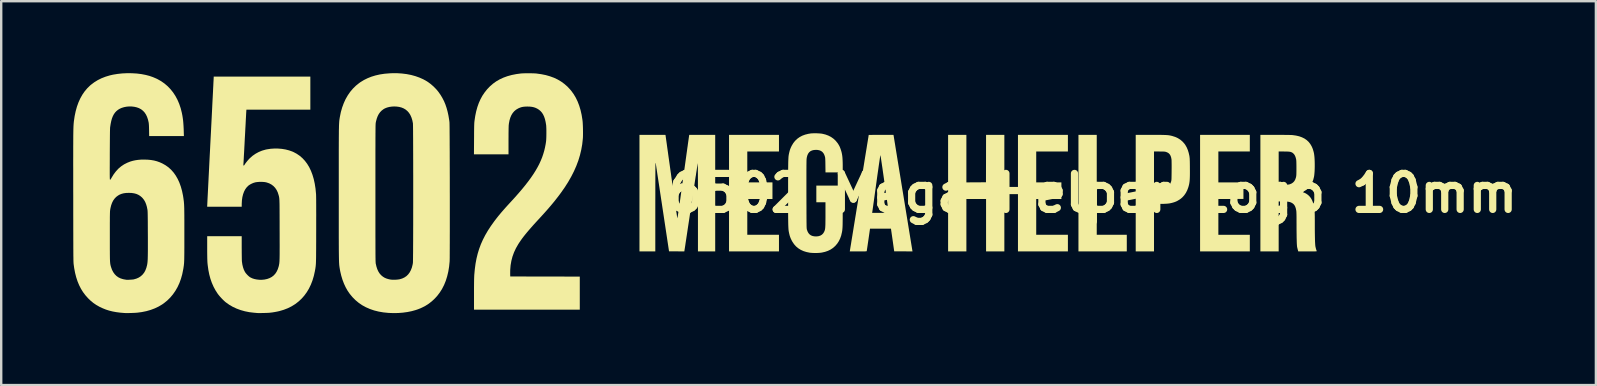
<source format=kicad_pcb>
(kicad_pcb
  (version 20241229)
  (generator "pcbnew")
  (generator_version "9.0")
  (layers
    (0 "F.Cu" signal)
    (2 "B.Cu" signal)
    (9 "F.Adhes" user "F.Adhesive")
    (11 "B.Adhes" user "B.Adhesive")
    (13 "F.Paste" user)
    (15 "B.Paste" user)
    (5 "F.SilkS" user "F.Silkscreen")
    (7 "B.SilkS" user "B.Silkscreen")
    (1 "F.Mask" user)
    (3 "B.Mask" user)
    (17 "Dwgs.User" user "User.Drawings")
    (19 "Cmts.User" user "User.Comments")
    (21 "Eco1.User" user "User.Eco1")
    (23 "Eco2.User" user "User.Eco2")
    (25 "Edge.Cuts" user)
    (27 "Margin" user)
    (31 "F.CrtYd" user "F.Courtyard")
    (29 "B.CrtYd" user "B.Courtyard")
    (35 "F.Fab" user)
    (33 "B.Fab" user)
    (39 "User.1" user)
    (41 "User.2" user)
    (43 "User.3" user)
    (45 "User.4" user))
  (footprint "6502 Mega Helper Logo 10mm"
    (layer "F.Cu")
    (at 42.474 4.998)
    (property "Reference" "6502 Mega Helper Logo 10mm" (at 0 0 0) (layer "F.SilkS") (effects (font (size 1.5 1.5) (thickness 0.3))))
    (attr board_only exclude_from_pos_files exclude_from_bom)
    (fp_poly (pts (xy 0.178 -0.347) (xy 0.178 1.735) (xy 0.804 1.735) (xy 1.43 1.735) (xy 1.43 2.081) (xy 1.43 2.428) (xy 0.423 2.428) (xy -0.584 2.428) (xy -0.584 0) (xy -0.584 -2.428) (xy -0.203 -2.428) (xy 0.178 -2.428)) (stroke (width 0) (type solid)) (fill yes) (layer "F.SilkS"))
    (fp_poly (pts (xy -13.064 -2.081) (xy -13.064 -1.735) (xy -13.724 -1.735) (xy -14.384 -1.735) (xy -14.384 -1.091) (xy -14.384 -0.448) (xy -13.859 -0.448) (xy -13.335 -0.448) (xy -13.335 -0.102) (xy -13.335 0.245) (xy -13.859 0.245) (xy -14.384 0.245) (xy -14.384 0.99) (xy -14.384 1.735) (xy -13.724 1.735) (xy -13.064 1.735) (xy -13.064 2.081) (xy -13.064 2.428) (xy -14.105 2.428) (xy -15.145 2.428) (xy -15.145 0) (xy -15.145 -2.428) (xy -14.105 -2.428) (xy -13.064 -2.428)) (stroke (width 0) (type solid)) (fill yes) (layer "F.SilkS"))
    (fp_poly (pts (xy -5.254 -1.438) (xy -5.254 -0.448) (xy -4.846 -0.45) (xy -4.438 -0.453) (xy -4.436 -1.44) (xy -4.434 -2.428) (xy -4.053 -2.428) (xy -3.672 -2.428) (xy -3.672 0) (xy -3.672 2.428) (xy -4.053 2.428) (xy -4.434 2.428) (xy -4.434 1.337) (xy -4.434 0.245) (xy -4.844 0.245) (xy -5.254 0.245) (xy -5.254 1.337) (xy -5.254 2.428) (xy -5.635 2.428) (xy -6.016 2.428) (xy -6.016 0) (xy -6.016 -2.428) (xy -5.635 -2.428) (xy -5.254 -2.428)) (stroke (width 0) (type solid)) (fill yes) (layer "F.SilkS"))
    (fp_poly (pts (xy -1.024 -2.081) (xy -1.024 -1.735) (xy -1.684 -1.735) (xy -2.344 -1.735) (xy -2.344 -1.091) (xy -2.344 -0.448) (xy -1.819 -0.448) (xy -1.295 -0.448) (xy -1.295 -0.102) (xy -1.295 0.245) (xy -1.819 0.245) (xy -2.344 0.245) (xy -2.344 0.99) (xy -2.344 1.735) (xy -1.684 1.735) (xy -1.024 1.735) (xy -1.024 2.081) (xy -1.024 2.428) (xy -2.064 2.428) (xy -3.105 2.428) (xy -3.105 0) (xy -3.105 -2.428) (xy -2.064 -2.428) (xy -1.024 -2.428)) (stroke (width 0) (type solid)) (fill yes) (layer "F.SilkS"))
    (fp_poly (pts (xy 6.557 -2.081) (xy 6.557 -1.735) (xy 5.902 -1.735) (xy 5.246 -1.735) (xy 5.246 -1.091) (xy 5.246 -0.448) (xy 5.768 -0.448) (xy 6.291 -0.448) (xy 6.291 -0.104) (xy 6.291 0.241) (xy 5.768 0.243) (xy 5.246 0.245) (xy 5.246 0.99) (xy 5.246 1.735) (xy 5.902 1.735) (xy 6.557 1.735) (xy 6.557 2.081) (xy 6.557 2.428) (xy 5.521 2.428) (xy 4.484 2.428) (xy 4.484 0) (xy 4.484 -2.428) (xy 5.521 -2.428) (xy 6.557 -2.428)) (stroke (width 0) (type solid)) (fill yes) (layer "F.SilkS"))
    (fp_poly (pts (xy 2.552 -2.428) (xy 2.664 -2.428) (xy 2.762 -2.428) (xy 2.848 -2.427) (xy 2.922 -2.426) (xy 2.985 -2.424) (xy 3.04 -2.422) (xy 3.088 -2.42) (xy 3.129 -2.417) (xy 3.166 -2.413) (xy 3.2 -2.408) (xy 3.231 -2.403) (xy 3.262 -2.396) (xy 3.294 -2.389) (xy 3.318 -2.383) (xy 3.444 -2.343) (xy 3.557 -2.292) (xy 3.66 -2.227) (xy 3.75 -2.151) (xy 3.83 -2.062) (xy 3.873 -2.001) (xy 3.927 -1.906) (xy 3.973 -1.797) (xy 4.01 -1.678) (xy 4.038 -1.554) (xy 4.042 -1.528) (xy 4.045 -1.503) (xy 4.048 -1.477) (xy 4.051 -1.448) (xy 4.053 -1.414) (xy 4.054 -1.374) (xy 4.056 -1.325) (xy 4.057 -1.265) (xy 4.058 -1.193) (xy 4.059 -1.108) (xy 4.059 -1.049) (xy 4.06 -0.93) (xy 4.06 -0.826) (xy 4.059 -0.736) (xy 4.057 -0.657) (xy 4.054 -0.587) (xy 4.05 -0.526) (xy 4.044 -0.471) (xy 4.037 -0.421) (xy 4.028 -0.373) (xy 4.017 -0.326) (xy 4.004 -0.278) (xy 3.993 -0.241) (xy 3.947 -0.117) (xy 3.889 -0.005) (xy 3.819 0.095) (xy 3.738 0.183) (xy 3.645 0.258) (xy 3.541 0.321) (xy 3.427 0.371) (xy 3.389 0.384) (xy 3.33 0.401) (xy 3.273 0.415) (xy 3.214 0.427) (xy 3.151 0.435) (xy 3.081 0.441) (xy 3.002 0.445) (xy 2.911 0.448) (xy 2.806 0.448) (xy 2.803 0.448) (xy 2.564 0.448) (xy 2.564 1.438) (xy 2.564 2.428) (xy 2.183 2.428) (xy 1.802 2.428) (xy 1.802 0) (xy 1.802 -0.99) (xy 2.564 -0.99) (xy 2.564 -0.245) (xy 2.786 -0.245) (xy 2.865 -0.246) (xy 2.93 -0.247) (xy 2.98 -0.249) (xy 3.017 -0.252) (xy 3.043 -0.255) (xy 3.05 -0.257) (xy 3.117 -0.281) (xy 3.171 -0.314) (xy 3.215 -0.358) (xy 3.25 -0.415) (xy 3.277 -0.486) (xy 3.28 -0.495) (xy 3.284 -0.509) (xy 3.286 -0.524) (xy 3.289 -0.544) (xy 3.291 -0.569) (xy 3.293 -0.601) (xy 3.294 -0.642) (xy 3.295 -0.693) (xy 3.296 -0.756) (xy 3.297 -0.832) (xy 3.298 -0.923) (xy 3.298 -0.952) (xy 3.299 -1.064) (xy 3.299 -1.16) (xy 3.298 -1.24) (xy 3.297 -1.306) (xy 3.296 -1.357) (xy 3.294 -1.395) (xy 3.291 -1.42) (xy 3.291 -1.42) (xy 3.274 -1.502) (xy 3.248 -1.569) (xy 3.214 -1.623) (xy 3.17 -1.666) (xy 3.115 -1.698) (xy 3.062 -1.718) (xy 3.043 -1.723) (xy 3.024 -1.727) (xy 3.001 -1.73) (xy 2.973 -1.732) (xy 2.937 -1.733) (xy 2.89 -1.734) (xy 2.831 -1.734) (xy 2.785 -1.735) (xy 2.564 -1.735) (xy 2.564 -0.99) (xy 1.802 -0.99) (xy 1.802 -2.428) (xy 2.424 -2.428)) (stroke (width 0) (type solid)) (fill yes) (layer "F.SilkS"))
    (fp_poly (pts (xy -8.542 -2.428) (xy -8.475 -2.428) (xy -8.415 -2.428) (xy -8.365 -2.428) (xy -8.327 -2.427) (xy -8.302 -2.427) (xy -8.291 -2.426) (xy -8.291 -2.426) (xy -8.29 -2.418) (xy -8.286 -2.393) (xy -8.279 -2.353) (xy -8.27 -2.299) (xy -8.259 -2.23) (xy -8.246 -2.148) (xy -8.23 -2.053) (xy -8.213 -1.946) (xy -8.194 -1.828) (xy -8.173 -1.699) (xy -8.15 -1.559) (xy -8.126 -1.411) (xy -8.1 -1.253) (xy -8.073 -1.087) (xy -8.045 -0.914) (xy -8.015 -0.734) (xy -7.985 -0.548) (xy -7.954 -0.356) (xy -7.922 -0.159) (xy -7.895 0.002) (xy -7.5 2.428) (xy -7.881 2.426) (xy -8.262 2.424) (xy -8.329 1.952) (xy -8.397 1.481) (xy -8.833 1.481) (xy -9.27 1.481) (xy -9.336 1.94) (xy -9.349 2.026) (xy -9.361 2.108) (xy -9.372 2.183) (xy -9.382 2.251) (xy -9.391 2.309) (xy -9.398 2.355) (xy -9.403 2.389) (xy -9.406 2.409) (xy -9.407 2.414) (xy -9.409 2.417) (xy -9.413 2.42) (xy -9.422 2.423) (xy -9.436 2.424) (xy -9.458 2.426) (xy -9.488 2.427) (xy -9.529 2.428) (xy -9.582 2.428) (xy -9.647 2.428) (xy -9.728 2.428) (xy -9.762 2.428) (xy -10.113 2.428) (xy -10.108 2.397) (xy -10.106 2.386) (xy -10.102 2.359) (xy -10.095 2.316) (xy -10.086 2.259) (xy -10.074 2.188) (xy -10.06 2.104) (xy -10.045 2.007) (xy -10.027 1.898) (xy -10.007 1.778) (xy -9.986 1.647) (xy -9.963 1.506) (xy -9.939 1.356) (xy -9.913 1.197) (xy -9.886 1.03) (xy -9.857 0.856) (xy -9.852 0.821) (xy -9.182 0.821) (xy -8.836 0.821) (xy -8.49 0.821) (xy -8.55 0.391) (xy -8.561 0.315) (xy -8.574 0.225) (xy -8.588 0.122) (xy -8.604 0.01) (xy -8.621 -0.111) (xy -8.639 -0.238) (xy -8.657 -0.367) (xy -8.676 -0.499) (xy -8.694 -0.629) (xy -8.712 -0.756) (xy -8.72 -0.81) (xy -8.737 -0.931) (xy -8.753 -1.044) (xy -8.769 -1.149) (xy -8.783 -1.246) (xy -8.796 -1.332) (xy -8.807 -1.407) (xy -8.817 -1.47) (xy -8.825 -1.52) (xy -8.832 -1.556) (xy -8.836 -1.577) (xy -8.838 -1.582) (xy -8.84 -1.574) (xy -8.844 -1.55) (xy -8.851 -1.51) (xy -8.859 -1.456) (xy -8.869 -1.389) (xy -8.881 -1.308) (xy -8.895 -1.215) (xy -8.91 -1.111) (xy -8.926 -0.996) (xy -8.944 -0.871) (xy -8.963 -0.738) (xy -8.983 -0.596) (xy -9.003 -0.446) (xy -9.01 -0.4) (xy -9.029 -0.26) (xy -9.048 -0.125) (xy -9.066 0.005) (xy -9.083 0.129) (xy -9.099 0.245) (xy -9.114 0.353) (xy -9.128 0.451) (xy -9.14 0.54) (xy -9.151 0.617) (xy -9.16 0.682) (xy -9.168 0.734) (xy -9.173 0.772) (xy -9.177 0.795) (xy -9.178 0.802) (xy -9.182 0.821) (xy -9.852 0.821) (xy -9.828 0.675) (xy -9.797 0.488) (xy -9.766 0.296) (xy -9.734 0.1) (xy -9.713 -0.028) (xy -9.681 -0.226) (xy -9.649 -0.421) (xy -9.619 -0.61) (xy -9.589 -0.794) (xy -9.56 -0.972) (xy -9.532 -1.142) (xy -9.506 -1.305) (xy -9.481 -1.459) (xy -9.457 -1.605) (xy -9.435 -1.741) (xy -9.414 -1.866) (xy -9.396 -1.981) (xy -9.379 -2.084) (xy -9.364 -2.174) (xy -9.352 -2.252) (xy -9.341 -2.316) (xy -9.333 -2.366) (xy -9.328 -2.401) (xy -9.325 -2.42) (xy -9.324 -2.424) (xy -9.316 -2.425) (xy -9.293 -2.425) (xy -9.256 -2.426) (xy -9.208 -2.426) (xy -9.149 -2.427) (xy -9.083 -2.427) (xy -9.011 -2.428) (xy -8.933 -2.428) (xy -8.854 -2.428) (xy -8.773 -2.428) (xy -8.693 -2.428) (xy -8.615 -2.428)) (stroke (width 0) (type solid)) (fill yes) (layer "F.SilkS"))
    (fp_poly (pts (xy -18.241 -2.428) (xy -18.152 -2.428) (xy -18.07 -2.428) (xy -17.996 -2.428) (xy -17.931 -2.428) (xy -17.877 -2.427) (xy -17.835 -2.427) (xy -17.807 -2.427) (xy -17.794 -2.426) (xy -17.793 -2.426) (xy -17.792 -2.418) (xy -17.788 -2.393) (xy -17.783 -2.354) (xy -17.775 -2.3) (xy -17.766 -2.232) (xy -17.754 -2.151) (xy -17.741 -2.059) (xy -17.727 -1.955) (xy -17.711 -1.841) (xy -17.693 -1.716) (xy -17.675 -1.583) (xy -17.655 -1.442) (xy -17.634 -1.293) (xy -17.612 -1.138) (xy -17.59 -0.977) (xy -17.566 -0.811) (xy -17.55 -0.69) (xy -17.526 -0.521) (xy -17.503 -0.356) (xy -17.48 -0.197) (xy -17.458 -0.043) (xy -17.438 0.103) (xy -17.418 0.242) (xy -17.399 0.373) (xy -17.382 0.494) (xy -17.365 0.606) (xy -17.351 0.707) (xy -17.338 0.796) (xy -17.326 0.873) (xy -17.317 0.937) (xy -17.309 0.987) (xy -17.303 1.022) (xy -17.299 1.042) (xy -17.298 1.046) (xy -17.296 1.039) (xy -17.291 1.015) (xy -17.284 0.976) (xy -17.275 0.922) (xy -17.265 0.854) (xy -17.253 0.772) (xy -17.239 0.678) (xy -17.224 0.573) (xy -17.207 0.455) (xy -17.19 0.332) (xy -17.174 0.222) (xy -17.157 0.098) (xy -17.138 -0.039) (xy -17.117 -0.185) (xy -17.096 -0.34) (xy -17.074 -0.499) (xy -17.051 -0.661) (xy -17.028 -0.824) (xy -17.006 -0.985) (xy -16.984 -1.142) (xy -16.963 -1.293) (xy -16.951 -1.379) (xy -16.933 -1.507) (xy -16.916 -1.631) (xy -16.899 -1.75) (xy -16.884 -1.862) (xy -16.869 -1.966) (xy -16.856 -2.062) (xy -16.844 -2.148) (xy -16.833 -2.223) (xy -16.824 -2.287) (xy -16.817 -2.337) (xy -16.812 -2.374) (xy -16.809 -2.395) (xy -16.808 -2.401) (xy -16.803 -2.428) (xy -16.262 -2.428) (xy -15.721 -2.428) (xy -15.721 0) (xy -15.721 2.428) (xy -16.08 2.428) (xy -16.44 2.428) (xy -16.44 0.586) (xy -16.44 0.4) (xy -16.44 0.219) (xy -16.44 0.047) (xy -16.44 -0.119) (xy -16.441 -0.275) (xy -16.441 -0.422) (xy -16.441 -0.56) (xy -16.442 -0.687) (xy -16.442 -0.802) (xy -16.443 -0.906) (xy -16.443 -0.998) (xy -16.444 -1.076) (xy -16.445 -1.14) (xy -16.445 -1.19) (xy -16.446 -1.225) (xy -16.447 -1.244) (xy -16.447 -1.248) (xy -16.449 -1.239) (xy -16.453 -1.214) (xy -16.46 -1.173) (xy -16.469 -1.119) (xy -16.48 -1.051) (xy -16.492 -0.969) (xy -16.507 -0.876) (xy -16.523 -0.772) (xy -16.541 -0.657) (xy -16.56 -0.532) (xy -16.58 -0.398) (xy -16.602 -0.256) (xy -16.625 -0.106) (xy -16.648 0.05) (xy -16.673 0.212) (xy -16.698 0.38) (xy -16.723 0.542) (xy -16.749 0.714) (xy -16.774 0.882) (xy -16.798 1.045) (xy -16.822 1.203) (xy -16.845 1.354) (xy -16.867 1.498) (xy -16.887 1.634) (xy -16.906 1.761) (xy -16.924 1.879) (xy -16.94 1.986) (xy -16.955 2.081) (xy -16.967 2.165) (xy -16.978 2.236) (xy -16.987 2.294) (xy -16.994 2.337) (xy -16.998 2.364) (xy -17 2.376) (xy -17.008 2.429) (xy -17.327 2.426) (xy -17.645 2.424) (xy -17.922 0.588) (xy -17.948 0.414) (xy -17.974 0.244) (xy -17.999 0.08) (xy -18.023 -0.078) (xy -18.045 -0.23) (xy -18.067 -0.374) (xy -18.088 -0.51) (xy -18.107 -0.637) (xy -18.125 -0.754) (xy -18.141 -0.861) (xy -18.155 -0.956) (xy -18.168 -1.04) (xy -18.178 -1.11) (xy -18.187 -1.167) (xy -18.193 -1.21) (xy -18.198 -1.238) (xy -18.199 -1.25) (xy -18.199 -1.25) (xy -18.206 -1.252) (xy -18.208 -1.252) (xy -18.209 -1.244) (xy -18.21 -1.218) (xy -18.211 -1.176) (xy -18.212 -1.117) (xy -18.213 -1.041) (xy -18.214 -0.949) (xy -18.214 -0.839) (xy -18.215 -0.713) (xy -18.215 -0.571) (xy -18.216 -0.411) (xy -18.216 -0.235) (xy -18.216 -0.043) (xy -18.216 0.166) (xy -18.217 0.392) (xy -18.217 0.588) (xy -18.217 2.428) (xy -18.547 2.428) (xy -18.877 2.428) (xy -18.877 0) (xy -18.877 -2.428) (xy -18.335 -2.428)) (stroke (width 0) (type solid)) (fill yes) (layer "F.SilkS"))
    (fp_poly (pts (xy 7.743 -2.428) (xy 7.855 -2.428) (xy 7.959 -2.427) (xy 8.053 -2.426) (xy 8.135 -2.425) (xy 8.206 -2.424) (xy 8.263 -2.423) (xy 8.306 -2.421) (xy 8.334 -2.42) (xy 8.335 -2.419) (xy 8.479 -2.399) (xy 8.61 -2.369) (xy 8.727 -2.327) (xy 8.833 -2.275) (xy 8.925 -2.212) (xy 9.006 -2.137) (xy 9.075 -2.05) (xy 9.133 -1.951) (xy 9.181 -1.84) (xy 9.217 -1.717) (xy 9.231 -1.653) (xy 9.241 -1.586) (xy 9.25 -1.505) (xy 9.256 -1.415) (xy 9.26 -1.316) (xy 9.262 -1.214) (xy 9.262 -1.11) (xy 9.26 -1.007) (xy 9.256 -0.91) (xy 9.249 -0.82) (xy 9.241 -0.741) (xy 9.231 -0.679) (xy 9.2 -0.556) (xy 9.157 -0.445) (xy 9.104 -0.345) (xy 9.041 -0.257) (xy 8.968 -0.181) (xy 8.886 -0.119) (xy 8.803 -0.075) (xy 8.781 -0.063) (xy 8.768 -0.052) (xy 8.766 -0.047) (xy 8.773 -0.038) (xy 8.792 -0.029) (xy 8.802 -0.026) (xy 8.859 -0.004) (xy 8.918 0.03) (xy 8.978 0.072) (xy 9.028 0.118) (xy 9.081 0.179) (xy 9.127 0.25) (xy 9.166 0.331) (xy 9.198 0.424) (xy 9.224 0.53) (xy 9.245 0.65) (xy 9.249 0.677) (xy 9.252 0.705) (xy 9.255 0.732) (xy 9.257 0.762) (xy 9.259 0.795) (xy 9.261 0.832) (xy 9.262 0.877) (xy 9.263 0.929) (xy 9.264 0.991) (xy 9.264 1.065) (xy 9.265 1.151) (xy 9.265 1.252) (xy 9.265 1.311) (xy 9.265 1.471) (xy 9.266 1.614) (xy 9.268 1.741) (xy 9.27 1.853) (xy 9.272 1.951) (xy 9.275 2.035) (xy 9.279 2.105) (xy 9.283 2.164) (xy 9.288 2.21) (xy 9.294 2.242) (xy 9.316 2.332) (xy 9.345 2.414) (xy 9.346 2.417) (xy 9.344 2.42) (xy 9.338 2.422) (xy 9.326 2.424) (xy 9.307 2.426) (xy 9.28 2.427) (xy 9.243 2.427) (xy 9.195 2.428) (xy 9.134 2.428) (xy 9.059 2.428) (xy 8.969 2.428) (xy 8.963 2.428) (xy 8.575 2.428) (xy 8.556 2.359) (xy 8.546 2.32) (xy 8.536 2.281) (xy 8.529 2.25) (xy 8.528 2.246) (xy 8.524 2.218) (xy 8.52 2.173) (xy 8.516 2.113) (xy 8.513 2.038) (xy 8.511 1.95) (xy 8.508 1.848) (xy 8.507 1.733) (xy 8.505 1.607) (xy 8.504 1.47) (xy 8.504 1.323) (xy 8.504 1.29) (xy 8.503 1.18) (xy 8.503 1.084) (xy 8.503 1.003) (xy 8.502 0.935) (xy 8.501 0.878) (xy 8.499 0.832) (xy 8.498 0.794) (xy 8.496 0.764) (xy 8.493 0.739) (xy 8.491 0.723) (xy 8.473 0.637) (xy 8.449 0.565) (xy 8.418 0.506) (xy 8.379 0.458) (xy 8.33 0.42) (xy 8.281 0.393) (xy 8.243 0.378) (xy 8.202 0.366) (xy 8.155 0.358) (xy 8.1 0.352) (xy 8.034 0.348) (xy 7.954 0.347) (xy 7.931 0.347) (xy 7.759 0.347) (xy 7.759 1.388) (xy 7.759 2.428) (xy 7.378 2.428) (xy 6.997 2.428) (xy 6.997 0) (xy 6.997 -1.04) (xy 7.759 -1.04) (xy 7.759 -0.345) (xy 7.964 -0.349) (xy 8.031 -0.35) (xy 8.083 -0.352) (xy 8.124 -0.354) (xy 8.155 -0.356) (xy 8.18 -0.36) (xy 8.201 -0.364) (xy 8.22 -0.37) (xy 8.224 -0.371) (xy 8.297 -0.401) (xy 8.357 -0.442) (xy 8.406 -0.493) (xy 8.445 -0.557) (xy 8.473 -0.634) (xy 8.484 -0.677) (xy 8.488 -0.698) (xy 8.491 -0.721) (xy 8.494 -0.747) (xy 8.496 -0.779) (xy 8.497 -0.818) (xy 8.498 -0.867) (xy 8.499 -0.927) (xy 8.499 -1) (xy 8.499 -1.049) (xy 8.499 -1.132) (xy 8.498 -1.201) (xy 8.497 -1.256) (xy 8.496 -1.301) (xy 8.494 -1.338) (xy 8.492 -1.368) (xy 8.489 -1.393) (xy 8.485 -1.417) (xy 8.483 -1.426) (xy 8.461 -1.507) (xy 8.43 -1.577) (xy 8.39 -1.634) (xy 8.342 -1.677) (xy 8.316 -1.693) (xy 8.29 -1.705) (xy 8.264 -1.715) (xy 8.234 -1.722) (xy 8.2 -1.727) (xy 8.159 -1.731) (xy 8.107 -1.733) (xy 8.043 -1.734) (xy 7.973 -1.735) (xy 7.759 -1.735) (xy 7.759 -1.04) (xy 6.997 -1.04) (xy 6.997 -2.428) (xy 7.622 -2.428)) (stroke (width 0) (type solid)) (fill yes) (layer "F.SilkS"))
    (fp_poly (pts (xy -23.416 -4.995) (xy -23.341 -4.993) (xy -23.272 -4.991) (xy -23.214 -4.988) (xy -23.175 -4.985) (xy -22.972 -4.957) (xy -22.782 -4.919) (xy -22.605 -4.868) (xy -22.438 -4.807) (xy -22.283 -4.733) (xy -22.138 -4.647) (xy -22.004 -4.549) (xy -21.878 -4.439) (xy -21.763 -4.315) (xy -21.724 -4.269) (xy -21.623 -4.131) (xy -21.533 -3.981) (xy -21.455 -3.82) (xy -21.388 -3.646) (xy -21.332 -3.46) (xy -21.287 -3.261) (xy -21.253 -3.049) (xy -21.25 -3.021) (xy -21.244 -2.966) (xy -21.24 -2.899) (xy -21.236 -2.821) (xy -21.233 -2.736) (xy -21.231 -2.647) (xy -21.23 -2.558) (xy -21.23 -2.472) (xy -21.231 -2.393) (xy -21.233 -2.323) (xy -21.237 -2.269) (xy -21.262 -2.038) (xy -21.302 -1.81) (xy -21.356 -1.584) (xy -21.424 -1.359) (xy -21.508 -1.136) (xy -21.606 -0.913) (xy -21.72 -0.689) (xy -21.849 -0.463) (xy -21.994 -0.236) (xy -22.142 -0.025) (xy -22.227 0.09) (xy -22.314 0.203) (xy -22.404 0.318) (xy -22.499 0.434) (xy -22.599 0.553) (xy -22.707 0.678) (xy -22.824 0.81) (xy -22.951 0.95) (xy -23.073 1.083) (xy -23.192 1.212) (xy -23.3 1.331) (xy -23.397 1.441) (xy -23.485 1.542) (xy -23.565 1.636) (xy -23.637 1.724) (xy -23.703 1.807) (xy -23.764 1.887) (xy -23.819 1.964) (xy -23.871 2.04) (xy -23.921 2.116) (xy -23.928 2.128) (xy -24.024 2.295) (xy -24.104 2.466) (xy -24.168 2.641) (xy -24.215 2.821) (xy -24.247 3.006) (xy -24.263 3.198) (xy -24.265 3.367) (xy -24.262 3.473) (xy -22.813 3.475) (xy -21.364 3.478) (xy -21.364 4.167) (xy -21.364 4.857) (xy -23.568 4.857) (xy -25.772 4.857) (xy -25.772 4.216) (xy -25.772 4.078) (xy -25.772 3.956) (xy -25.771 3.848) (xy -25.77 3.754) (xy -25.769 3.671) (xy -25.768 3.6) (xy -25.766 3.537) (xy -25.764 3.483) (xy -25.762 3.436) (xy -25.76 3.401) (xy -25.738 3.165) (xy -25.708 2.94) (xy -25.668 2.726) (xy -25.618 2.521) (xy -25.557 2.322) (xy -25.485 2.128) (xy -25.4 1.938) (xy -25.303 1.749) (xy -25.192 1.559) (xy -25.067 1.368) (xy -24.927 1.172) (xy -24.885 1.117) (xy -24.821 1.034) (xy -24.756 0.952) (xy -24.688 0.87) (xy -24.616 0.784) (xy -24.538 0.695) (xy -24.452 0.598) (xy -24.358 0.494) (xy -24.254 0.381) (xy -24.08 0.191) (xy -23.92 0.01) (xy -23.772 -0.163) (xy -23.637 -0.328) (xy -23.514 -0.487) (xy -23.401 -0.64) (xy -23.3 -0.788) (xy -23.208 -0.933) (xy -23.127 -1.074) (xy -23.054 -1.212) (xy -22.991 -1.35) (xy -22.935 -1.486) (xy -22.888 -1.623) (xy -22.847 -1.761) (xy -22.814 -1.9) (xy -22.786 -2.043) (xy -22.771 -2.141) (xy -22.766 -2.186) (xy -22.762 -2.245) (xy -22.759 -2.314) (xy -22.757 -2.39) (xy -22.756 -2.47) (xy -22.756 -2.55) (xy -22.756 -2.629) (xy -22.758 -2.701) (xy -22.761 -2.765) (xy -22.764 -2.817) (xy -22.767 -2.843) (xy -22.789 -2.972) (xy -22.816 -3.087) (xy -22.85 -3.187) (xy -22.891 -3.275) (xy -22.939 -3.351) (xy -22.996 -3.416) (xy -23.061 -3.472) (xy -23.129 -3.516) (xy -23.2 -3.551) (xy -23.274 -3.577) (xy -23.353 -3.595) (xy -23.442 -3.605) (xy -23.544 -3.608) (xy -23.551 -3.608) (xy -23.636 -3.606) (xy -23.709 -3.599) (xy -23.774 -3.588) (xy -23.834 -3.57) (xy -23.896 -3.546) (xy -23.935 -3.527) (xy -24.021 -3.476) (xy -24.096 -3.412) (xy -24.161 -3.336) (xy -24.215 -3.248) (xy -24.259 -3.146) (xy -24.293 -3.031) (xy -24.317 -2.903) (xy -24.325 -2.836) (xy -24.327 -2.81) (xy -24.328 -2.768) (xy -24.33 -2.713) (xy -24.331 -2.644) (xy -24.332 -2.564) (xy -24.333 -2.473) (xy -24.333 -2.374) (xy -24.334 -2.268) (xy -24.334 -2.182) (xy -24.334 -1.616) (xy -25.054 -1.616) (xy -25.774 -1.616) (xy -25.77 -2.253) (xy -25.769 -2.377) (xy -25.769 -2.485) (xy -25.768 -2.579) (xy -25.767 -2.661) (xy -25.766 -2.73) (xy -25.765 -2.79) (xy -25.763 -2.84) (xy -25.762 -2.883) (xy -25.76 -2.919) (xy -25.758 -2.951) (xy -25.755 -2.978) (xy -25.752 -3.004) (xy -25.752 -3.008) (xy -25.721 -3.215) (xy -25.681 -3.409) (xy -25.631 -3.59) (xy -25.571 -3.759) (xy -25.5 -3.917) (xy -25.419 -4.064) (xy -25.326 -4.201) (xy -25.223 -4.33) (xy -25.107 -4.451) (xy -24.983 -4.559) (xy -24.848 -4.656) (xy -24.703 -4.74) (xy -24.546 -4.813) (xy -24.378 -4.874) (xy -24.199 -4.923) (xy -24.007 -4.961) (xy -23.826 -4.985) (xy -23.78 -4.989) (xy -23.721 -4.992) (xy -23.651 -4.994) (xy -23.575 -4.995) (xy -23.496 -4.995)) (stroke (width 0) (type solid)) (fill yes) (layer "F.SilkS"))
    (fp_poly (pts (xy -11.469 -2.493) (xy -11.397 -2.489) (xy -11.332 -2.484) (xy -11.278 -2.478) (xy -11.266 -2.476) (xy -11.132 -2.444) (xy -11.009 -2.399) (xy -10.897 -2.342) (xy -10.796 -2.271) (xy -10.706 -2.188) (xy -10.627 -2.092) (xy -10.61 -2.069) (xy -10.571 -2.006) (xy -10.538 -1.945) (xy -10.51 -1.877) (xy -10.489 -1.817) (xy -10.468 -1.752) (xy -10.451 -1.687) (xy -10.437 -1.62) (xy -10.426 -1.548) (xy -10.418 -1.471) (xy -10.413 -1.384) (xy -10.409 -1.287) (xy -10.407 -1.176) (xy -10.407 -1.111) (xy -10.407 -0.863) (xy -10.766 -0.863) (xy -11.125 -0.863) (xy -11.129 -1.161) (xy -11.13 -1.246) (xy -11.131 -1.316) (xy -11.133 -1.373) (xy -11.135 -1.418) (xy -11.137 -1.453) (xy -11.14 -1.48) (xy -11.144 -1.501) (xy -11.146 -1.511) (xy -11.173 -1.594) (xy -11.209 -1.662) (xy -11.255 -1.716) (xy -11.31 -1.756) (xy -11.376 -1.784) (xy -11.453 -1.8) (xy -11.524 -1.803) (xy -11.61 -1.797) (xy -11.685 -1.779) (xy -11.75 -1.749) (xy -11.803 -1.706) (xy -11.846 -1.65) (xy -11.879 -1.58) (xy -11.902 -1.497) (xy -11.913 -1.426) (xy -11.914 -1.408) (xy -11.915 -1.379) (xy -11.917 -1.34) (xy -11.917 -1.289) (xy -11.918 -1.225) (xy -11.919 -1.15) (xy -11.919 -1.061) (xy -11.92 -0.958) (xy -11.92 -0.842) (xy -11.92 -0.712) (xy -11.92 -0.566) (xy -11.92 -0.406) (xy -11.92 -0.229) (xy -11.92 -0.036) (xy -11.92 0.059) (xy -11.919 0.24) (xy -11.919 0.405) (xy -11.918 0.555) (xy -11.918 0.69) (xy -11.918 0.811) (xy -11.917 0.919) (xy -11.917 1.016) (xy -11.916 1.1) (xy -11.916 1.174) (xy -11.915 1.238) (xy -11.914 1.293) (xy -11.914 1.34) (xy -11.913 1.379) (xy -11.912 1.412) (xy -11.911 1.438) (xy -11.909 1.46) (xy -11.908 1.477) (xy -11.907 1.49) (xy -11.905 1.501) (xy -11.903 1.51) (xy -11.902 1.514) (xy -11.873 1.596) (xy -11.836 1.664) (xy -11.789 1.718) (xy -11.732 1.759) (xy -11.665 1.786) (xy -11.588 1.801) (xy -11.585 1.801) (xy -11.493 1.804) (xy -11.41 1.793) (xy -11.338 1.769) (xy -11.276 1.732) (xy -11.225 1.682) (xy -11.184 1.618) (xy -11.161 1.563) (xy -11.154 1.542) (xy -11.148 1.518) (xy -11.143 1.492) (xy -11.139 1.461) (xy -11.135 1.424) (xy -11.133 1.38) (xy -11.13 1.328) (xy -11.129 1.266) (xy -11.128 1.192) (xy -11.127 1.106) (xy -11.126 1.006) (xy -11.126 0.891) (xy -11.126 0.874) (xy -11.126 0.381) (xy -11.317 0.381) (xy -11.507 0.381) (xy -11.507 0.034) (xy -11.507 -0.313) (xy -10.957 -0.313) (xy -10.407 -0.313) (xy -10.407 0.522) (xy -10.407 0.671) (xy -10.407 0.804) (xy -10.408 0.922) (xy -10.408 1.026) (xy -10.409 1.118) (xy -10.41 1.199) (xy -10.411 1.269) (xy -10.412 1.331) (xy -10.414 1.384) (xy -10.416 1.431) (xy -10.419 1.471) (xy -10.422 1.507) (xy -10.425 1.54) (xy -10.429 1.57) (xy -10.434 1.599) (xy -10.439 1.628) (xy -10.442 1.64) (xy -10.473 1.773) (xy -10.516 1.892) (xy -10.569 2.001) (xy -10.634 2.101) (xy -10.712 2.193) (xy -10.728 2.209) (xy -10.817 2.287) (xy -10.915 2.352) (xy -11.024 2.405) (xy -11.143 2.446) (xy -11.274 2.476) (xy -11.322 2.483) (xy -11.381 2.489) (xy -11.451 2.493) (xy -11.528 2.495) (xy -11.606 2.494) (xy -11.68 2.491) (xy -11.745 2.486) (xy -11.776 2.483) (xy -11.914 2.455) (xy -12.04 2.416) (xy -12.156 2.363) (xy -12.26 2.298) (xy -12.353 2.22) (xy -12.434 2.129) (xy -12.504 2.026) (xy -12.533 1.974) (xy -12.567 1.905) (xy -12.594 1.838) (xy -12.617 1.77) (xy -12.636 1.694) (xy -12.654 1.61) (xy -12.657 1.589) (xy -12.661 1.566) (xy -12.664 1.541) (xy -12.667 1.514) (xy -12.669 1.482) (xy -12.671 1.446) (xy -12.673 1.405) (xy -12.675 1.357) (xy -12.677 1.303) (xy -12.678 1.24) (xy -12.679 1.169) (xy -12.68 1.088) (xy -12.681 0.997) (xy -12.682 0.894) (xy -12.682 0.78) (xy -12.682 0.653) (xy -12.683 0.512) (xy -12.683 0.357) (xy -12.683 0.187) (xy -12.683 0) (xy -12.683 -0.187) (xy -12.683 -0.357) (xy -12.683 -0.512) (xy -12.682 -0.653) (xy -12.682 -0.78) (xy -12.682 -0.895) (xy -12.681 -0.997) (xy -12.68 -1.088) (xy -12.679 -1.169) (xy -12.678 -1.24) (xy -12.677 -1.303) (xy -12.675 -1.357) (xy -12.673 -1.405) (xy -12.671 -1.446) (xy -12.669 -1.482) (xy -12.667 -1.514) (xy -12.664 -1.541) (xy -12.661 -1.566) (xy -12.657 -1.589) (xy -12.654 -1.61) (xy -12.635 -1.697) (xy -12.616 -1.773) (xy -12.593 -1.841) (xy -12.565 -1.908) (xy -12.533 -1.974) (xy -12.468 -2.083) (xy -12.392 -2.179) (xy -12.304 -2.263) (xy -12.205 -2.334) (xy -12.095 -2.393) (xy -11.974 -2.438) (xy -11.841 -2.471) (xy -11.735 -2.488) (xy -11.681 -2.492) (xy -11.615 -2.494) (xy -11.543 -2.495)) (stroke (width 0) (type solid)) (fill yes) (layer "F.SilkS"))
    (fp_poly (pts (xy -32.592 -4.167) (xy -32.592 -3.477) (xy -33.924 -3.477) (xy -35.256 -3.477) (xy -35.261 -3.408) (xy -35.262 -3.39) (xy -35.264 -3.357) (xy -35.267 -3.31) (xy -35.27 -3.248) (xy -35.274 -3.175) (xy -35.279 -3.09) (xy -35.284 -2.994) (xy -35.289 -2.89) (xy -35.295 -2.778) (xy -35.302 -2.659) (xy -35.308 -2.534) (xy -35.315 -2.404) (xy -35.321 -2.306) (xy -35.328 -2.174) (xy -35.334 -2.046) (xy -35.341 -1.923) (xy -35.347 -1.806) (xy -35.353 -1.696) (xy -35.359 -1.595) (xy -35.364 -1.503) (xy -35.368 -1.421) (xy -35.372 -1.351) (xy -35.375 -1.294) (xy -35.378 -1.251) (xy -35.38 -1.223) (xy -35.38 -1.212) (xy -35.383 -1.18) (xy -35.383 -1.162) (xy -35.379 -1.153) (xy -35.372 -1.151) (xy -35.368 -1.151) (xy -35.351 -1.158) (xy -35.338 -1.175) (xy -35.319 -1.206) (xy -35.292 -1.246) (xy -35.257 -1.291) (xy -35.219 -1.339) (xy -35.179 -1.385) (xy -35.14 -1.428) (xy -35.113 -1.455) (xy -35 -1.555) (xy -34.876 -1.641) (xy -34.744 -1.713) (xy -34.603 -1.771) (xy -34.454 -1.814) (xy -34.394 -1.826) (xy -34.241 -1.849) (xy -34.085 -1.859) (xy -33.929 -1.857) (xy -33.774 -1.844) (xy -33.624 -1.819) (xy -33.48 -1.782) (xy -33.347 -1.735) (xy -33.296 -1.713) (xy -33.161 -1.641) (xy -33.036 -1.556) (xy -32.921 -1.457) (xy -32.817 -1.345) (xy -32.723 -1.22) (xy -32.639 -1.081) (xy -32.566 -0.929) (xy -32.503 -0.764) (xy -32.45 -0.585) (xy -32.408 -0.393) (xy -32.376 -0.187) (xy -32.355 0.032) (xy -32.355 0.034) (xy -32.353 0.061) (xy -32.352 0.1) (xy -32.351 0.152) (xy -32.35 0.218) (xy -32.349 0.297) (xy -32.349 0.39) (xy -32.348 0.497) (xy -32.348 0.619) (xy -32.348 0.756) (xy -32.347 0.909) (xy -32.348 1.077) (xy -32.348 1.261) (xy -32.348 1.462) (xy -32.348 1.531) (xy -32.349 1.714) (xy -32.349 1.88) (xy -32.349 2.031) (xy -32.35 2.168) (xy -32.35 2.292) (xy -32.351 2.403) (xy -32.352 2.502) (xy -32.352 2.591) (xy -32.353 2.67) (xy -32.354 2.739) (xy -32.356 2.801) (xy -32.357 2.856) (xy -32.359 2.904) (xy -32.361 2.946) (xy -32.364 2.985) (xy -32.367 3.019) (xy -32.37 3.051) (xy -32.374 3.08) (xy -32.378 3.109) (xy -32.382 3.138) (xy -32.387 3.167) (xy -32.393 3.198) (xy -32.399 3.231) (xy -32.402 3.249) (xy -32.446 3.448) (xy -32.502 3.636) (xy -32.57 3.812) (xy -32.65 3.978) (xy -32.742 4.131) (xy -32.846 4.273) (xy -32.961 4.402) (xy -33.088 4.52) (xy -33.225 4.625) (xy -33.373 4.717) (xy -33.532 4.796) (xy -33.702 4.862) (xy -33.882 4.915) (xy -33.883 4.915) (xy -33.976 4.936) (xy -34.078 4.955) (xy -34.183 4.972) (xy -34.28 4.983) (xy -34.313 4.986) (xy -34.358 4.989) (xy -34.413 4.991) (xy -34.474 4.993) (xy -34.538 4.995) (xy -34.602 4.996) (xy -34.663 4.997) (xy -34.717 4.997) (xy -34.761 4.997) (xy -34.793 4.996) (xy -34.8 4.996) (xy -34.824 4.994) (xy -34.859 4.99) (xy -34.902 4.987) (xy -34.944 4.983) (xy -35.135 4.96) (xy -35.32 4.923) (xy -35.498 4.873) (xy -35.666 4.811) (xy -35.825 4.737) (xy -35.973 4.651) (xy -36.11 4.553) (xy -36.125 4.542) (xy -36.176 4.497) (xy -36.233 4.443) (xy -36.292 4.382) (xy -36.349 4.32) (xy -36.4 4.26) (xy -36.443 4.205) (xy -36.448 4.199) (xy -36.542 4.054) (xy -36.624 3.902) (xy -36.695 3.741) (xy -36.755 3.571) (xy -36.804 3.389) (xy -36.842 3.197) (xy -36.87 2.992) (xy -36.878 2.912) (xy -36.881 2.872) (xy -36.883 2.824) (xy -36.885 2.769) (xy -36.887 2.704) (xy -36.888 2.628) (xy -36.889 2.54) (xy -36.89 2.438) (xy -36.89 2.321) (xy -36.89 2.282) (xy -36.89 1.794) (xy -36.171 1.794) (xy -35.452 1.794) (xy -35.452 2.282) (xy -35.451 2.375) (xy -35.451 2.464) (xy -35.45 2.548) (xy -35.449 2.626) (xy -35.448 2.696) (xy -35.447 2.755) (xy -35.446 2.803) (xy -35.444 2.836) (xy -35.443 2.85) (xy -35.425 2.973) (xy -35.398 3.087) (xy -35.363 3.19) (xy -35.319 3.279) (xy -35.315 3.287) (xy -35.286 3.329) (xy -35.246 3.376) (xy -35.202 3.423) (xy -35.156 3.465) (xy -35.112 3.499) (xy -35.094 3.51) (xy -35.014 3.549) (xy -34.923 3.579) (xy -34.823 3.599) (xy -34.718 3.61) (xy -34.61 3.611) (xy -34.504 3.601) (xy -34.504 3.601) (xy -34.391 3.577) (xy -34.289 3.54) (xy -34.199 3.492) (xy -34.12 3.431) (xy -34.052 3.357) (xy -33.995 3.27) (xy -33.948 3.17) (xy -33.912 3.057) (xy -33.903 3.021) (xy -33.899 2.999) (xy -33.895 2.979) (xy -33.891 2.957) (xy -33.887 2.935) (xy -33.884 2.91) (xy -33.882 2.882) (xy -33.879 2.85) (xy -33.877 2.814) (xy -33.876 2.771) (xy -33.874 2.723) (xy -33.873 2.666) (xy -33.872 2.602) (xy -33.871 2.528) (xy -33.871 2.445) (xy -33.871 2.35) (xy -33.87 2.244) (xy -33.87 2.125) (xy -33.871 1.993) (xy -33.871 1.846) (xy -33.871 1.684) (xy -33.872 1.51) (xy -33.872 1.339) (xy -33.872 1.184) (xy -33.873 1.043) (xy -33.873 0.917) (xy -33.874 0.805) (xy -33.874 0.705) (xy -33.875 0.616) (xy -33.875 0.539) (xy -33.876 0.471) (xy -33.877 0.412) (xy -33.879 0.361) (xy -33.88 0.318) (xy -33.882 0.281) (xy -33.884 0.249) (xy -33.886 0.222) (xy -33.889 0.198) (xy -33.892 0.177) (xy -33.895 0.159) (xy -33.899 0.141) (xy -33.903 0.123) (xy -33.908 0.105) (xy -33.913 0.085) (xy -33.915 0.078) (xy -33.951 -0.034) (xy -33.999 -0.133) (xy -34.058 -0.22) (xy -34.129 -0.295) (xy -34.211 -0.357) (xy -34.304 -0.407) (xy -34.407 -0.443) (xy -34.453 -0.454) (xy -34.512 -0.463) (xy -34.581 -0.468) (xy -34.657 -0.47) (xy -34.734 -0.468) (xy -34.806 -0.462) (xy -34.869 -0.453) (xy -34.884 -0.45) (xy -34.957 -0.429) (xy -35.031 -0.398) (xy -35.1 -0.362) (xy -35.16 -0.323) (xy -35.172 -0.313) (xy -35.243 -0.243) (xy -35.304 -0.16) (xy -35.354 -0.064) (xy -35.394 0.045) (xy -35.424 0.165) (xy -35.443 0.298) (xy -35.451 0.442) (xy -35.451 0.476) (xy -35.452 0.567) (xy -36.171 0.567) (xy -36.89 0.567) (xy -36.89 0.537) (xy -36.89 0.527) (xy -36.888 0.5) (xy -36.886 0.457) (xy -36.883 0.399) (xy -36.88 0.328) (xy -36.876 0.242) (xy -36.871 0.144) (xy -36.865 0.033) (xy -36.859 -0.09) (xy -36.852 -0.223) (xy -36.845 -0.368) (xy -36.837 -0.521) (xy -36.829 -0.684) (xy -36.82 -0.856) (xy -36.811 -1.035) (xy -36.802 -1.221) (xy -36.792 -1.414) (xy -36.782 -1.613) (xy -36.771 -1.817) (xy -36.761 -2.025) (xy -36.755 -2.14) (xy -36.744 -2.351) (xy -36.733 -2.557) (xy -36.723 -2.759) (xy -36.713 -2.955) (xy -36.703 -3.146) (xy -36.694 -3.329) (xy -36.685 -3.505) (xy -36.677 -3.673) (xy -36.669 -3.832) (xy -36.661 -3.981) (xy -36.654 -4.121) (xy -36.647 -4.25) (xy -36.642 -4.367) (xy -36.636 -4.473) (xy -36.632 -4.566) (xy -36.628 -4.646) (xy -36.624 -4.711) (xy -36.622 -4.762) (xy -36.62 -4.798) (xy -36.619 -4.818) (xy -36.619 -4.822) (xy -36.619 -4.857) (xy -34.606 -4.857) (xy -32.592 -4.857)) (stroke (width 0) (type solid)) (fill yes) (layer "F.SilkS"))
    (fp_poly (pts (xy -28.779 -4.985) (xy -28.582 -4.961) (xy -28.393 -4.924) (xy -28.214 -4.875) (xy -28.043 -4.814) (xy -27.884 -4.743) (xy -27.736 -4.66) (xy -27.68 -4.623) (xy -27.584 -4.552) (xy -27.488 -4.47) (xy -27.396 -4.382) (xy -27.312 -4.291) (xy -27.256 -4.221) (xy -27.169 -4.098) (xy -27.093 -3.972) (xy -27.025 -3.84) (xy -26.966 -3.701) (xy -26.916 -3.554) (xy -26.873 -3.397) (xy -26.836 -3.228) (xy -26.806 -3.045) (xy -26.795 -2.961) (xy -26.794 -2.945) (xy -26.793 -2.913) (xy -26.792 -2.866) (xy -26.791 -2.803) (xy -26.79 -2.727) (xy -26.789 -2.638) (xy -26.789 -2.537) (xy -26.788 -2.424) (xy -26.787 -2.3) (xy -26.786 -2.166) (xy -26.786 -2.023) (xy -26.785 -1.872) (xy -26.784 -1.713) (xy -26.784 -1.547) (xy -26.783 -1.375) (xy -26.783 -1.197) (xy -26.782 -1.015) (xy -26.782 -0.829) (xy -26.781 -0.64) (xy -26.781 -0.448) (xy -26.781 -0.255) (xy -26.781 -0.061) (xy -26.78 0.132) (xy -26.78 0.326) (xy -26.78 0.517) (xy -26.78 0.706) (xy -26.78 0.892) (xy -26.78 1.075) (xy -26.78 1.252) (xy -26.78 1.425) (xy -26.78 1.591) (xy -26.781 1.75) (xy -26.781 1.902) (xy -26.781 2.045) (xy -26.782 2.179) (xy -26.782 2.303) (xy -26.783 2.416) (xy -26.783 2.518) (xy -26.784 2.607) (xy -26.784 2.683) (xy -26.785 2.746) (xy -26.786 2.793) (xy -26.787 2.826) (xy -26.787 2.839) (xy -26.809 3.06) (xy -26.843 3.269) (xy -26.89 3.466) (xy -26.948 3.652) (xy -27.019 3.827) (xy -27.103 3.991) (xy -27.199 4.143) (xy -27.307 4.284) (xy -27.405 4.391) (xy -27.528 4.506) (xy -27.657 4.607) (xy -27.795 4.695) (xy -27.942 4.771) (xy -28.1 4.837) (xy -28.202 4.872) (xy -28.368 4.918) (xy -28.546 4.954) (xy -28.733 4.98) (xy -28.925 4.995) (xy -29.122 4.999) (xy -29.321 4.992) (xy -29.336 4.991) (xy -29.545 4.97) (xy -29.744 4.936) (xy -29.932 4.889) (xy -30.11 4.828) (xy -30.277 4.755) (xy -30.434 4.669) (xy -30.58 4.569) (xy -30.714 4.457) (xy -30.838 4.332) (xy -30.951 4.195) (xy -31.04 4.066) (xy -31.119 3.926) (xy -31.19 3.774) (xy -31.252 3.611) (xy -31.304 3.439) (xy -31.346 3.26) (xy -31.361 3.179) (xy -31.365 3.154) (xy -31.369 3.131) (xy -31.373 3.109) (xy -31.376 3.087) (xy -31.379 3.065) (xy -31.382 3.043) (xy -31.385 3.019) (xy -31.388 2.993) (xy -31.39 2.965) (xy -31.392 2.933) (xy -31.394 2.899) (xy -31.396 2.86) (xy -31.397 2.816) (xy -31.399 2.767) (xy -31.4 2.712) (xy -31.401 2.65) (xy -31.402 2.582) (xy -31.403 2.506) (xy -31.404 2.421) (xy -31.405 2.328) (xy -31.405 2.226) (xy -31.406 2.114) (xy -31.406 1.991) (xy -31.407 1.857) (xy -31.407 1.712) (xy -31.407 1.554) (xy -31.407 1.384) (xy -31.407 1.2) (xy -31.407 1.002) (xy -31.407 0.79) (xy -31.407 0.563) (xy -31.407 0.32) (xy -31.407 0.061) (xy -31.407 0) (xy -31.407 -0.022) (xy -29.88 -0.022) (xy -29.88 0) (xy -29.88 0.262) (xy -29.88 0.507) (xy -29.88 0.737) (xy -29.88 0.952) (xy -29.88 1.151) (xy -29.88 1.337) (xy -29.88 1.509) (xy -29.88 1.667) (xy -29.88 1.813) (xy -29.879 1.947) (xy -29.879 2.07) (xy -29.879 2.182) (xy -29.879 2.283) (xy -29.878 2.374) (xy -29.878 2.457) (xy -29.878 2.53) (xy -29.877 2.595) (xy -29.877 2.653) (xy -29.876 2.703) (xy -29.875 2.747) (xy -29.875 2.784) (xy -29.874 2.817) (xy -29.873 2.844) (xy -29.872 2.867) (xy -29.871 2.886) (xy -29.87 2.901) (xy -29.869 2.914) (xy -29.868 2.925) (xy -29.867 2.934) (xy -29.865 2.942) (xy -29.865 2.942) (xy -29.837 3.062) (xy -29.803 3.167) (xy -29.762 3.258) (xy -29.713 3.338) (xy -29.655 3.406) (xy -29.634 3.427) (xy -29.566 3.483) (xy -29.492 3.528) (xy -29.411 3.562) (xy -29.319 3.588) (xy -29.254 3.601) (xy -29.2 3.607) (xy -29.135 3.61) (xy -29.064 3.609) (xy -28.993 3.605) (xy -28.927 3.598) (xy -28.871 3.589) (xy -28.866 3.588) (xy -28.763 3.557) (xy -28.67 3.513) (xy -28.587 3.457) (xy -28.516 3.388) (xy -28.454 3.305) (xy -28.403 3.21) (xy -28.361 3.101) (xy -28.33 2.978) (xy -28.318 2.91) (xy -28.317 2.895) (xy -28.316 2.863) (xy -28.315 2.816) (xy -28.314 2.755) (xy -28.313 2.679) (xy -28.312 2.591) (xy -28.311 2.49) (xy -28.31 2.377) (xy -28.31 2.254) (xy -28.309 2.121) (xy -28.308 1.978) (xy -28.308 1.827) (xy -28.307 1.669) (xy -28.307 1.503) (xy -28.306 1.331) (xy -28.306 1.153) (xy -28.306 0.971) (xy -28.306 0.786) (xy -28.305 0.596) (xy -28.305 0.405) (xy -28.305 0.212) (xy -28.305 0.018) (xy -28.305 -0.176) (xy -28.305 -0.369) (xy -28.305 -0.561) (xy -28.305 -0.75) (xy -28.306 -0.937) (xy -28.306 -1.12) (xy -28.306 -1.298) (xy -28.307 -1.471) (xy -28.307 -1.638) (xy -28.308 -1.798) (xy -28.308 -1.951) (xy -28.309 -2.095) (xy -28.309 -2.23) (xy -28.31 -2.355) (xy -28.311 -2.47) (xy -28.311 -2.573) (xy -28.312 -2.664) (xy -28.313 -2.742) (xy -28.314 -2.806) (xy -28.315 -2.856) (xy -28.316 -2.891) (xy -28.317 -2.909) (xy -28.317 -2.911) (xy -28.343 -3.039) (xy -28.379 -3.154) (xy -28.425 -3.256) (xy -28.481 -3.345) (xy -28.547 -3.42) (xy -28.624 -3.484) (xy -28.706 -3.532) (xy -28.794 -3.568) (xy -28.891 -3.593) (xy -28.993 -3.607) (xy -29.097 -3.612) (xy -29.202 -3.606) (xy -29.304 -3.591) (xy -29.399 -3.566) (xy -29.486 -3.531) (xy -29.545 -3.497) (xy -29.62 -3.44) (xy -29.684 -3.374) (xy -29.739 -3.298) (xy -29.785 -3.21) (xy -29.823 -3.109) (xy -29.854 -2.995) (xy -29.865 -2.942) (xy -29.866 -2.934) (xy -29.868 -2.926) (xy -29.869 -2.915) (xy -29.87 -2.902) (xy -29.871 -2.887) (xy -29.872 -2.868) (xy -29.873 -2.846) (xy -29.874 -2.819) (xy -29.875 -2.787) (xy -29.875 -2.75) (xy -29.876 -2.707) (xy -29.876 -2.657) (xy -29.877 -2.6) (xy -29.877 -2.535) (xy -29.878 -2.463) (xy -29.878 -2.381) (xy -29.879 -2.291) (xy -29.879 -2.19) (xy -29.879 -2.079) (xy -29.879 -1.958) (xy -29.88 -1.825) (xy -29.88 -1.679) (xy -29.88 -1.522) (xy -29.88 -1.351) (xy -29.88 -1.167) (xy -29.88 -0.968) (xy -29.88 -0.755) (xy -29.88 -0.527) (xy -29.88 -0.282) (xy -29.88 -0.022) (xy -31.407 -0.022) (xy -31.407 -0.263) (xy -31.407 -0.509) (xy -31.407 -0.74) (xy -31.407 -0.956) (xy -31.407 -1.157) (xy -31.407 -1.343) (xy -31.407 -1.517) (xy -31.407 -1.677) (xy -31.407 -1.825) (xy -31.406 -1.962) (xy -31.406 -2.087) (xy -31.405 -2.202) (xy -31.405 -2.306) (xy -31.404 -2.401) (xy -31.403 -2.487) (xy -31.403 -2.565) (xy -31.402 -2.635) (xy -31.4 -2.698) (xy -31.399 -2.755) (xy -31.398 -2.805) (xy -31.396 -2.85) (xy -31.394 -2.89) (xy -31.392 -2.926) (xy -31.39 -2.958) (xy -31.388 -2.987) (xy -31.386 -3.013) (xy -31.383 -3.037) (xy -31.38 -3.06) (xy -31.377 -3.082) (xy -31.373 -3.104) (xy -31.37 -3.126) (xy -31.366 -3.149) (xy -31.362 -3.173) (xy -31.361 -3.179) (xy -31.32 -3.379) (xy -31.266 -3.569) (xy -31.2 -3.748) (xy -31.123 -3.917) (xy -31.033 -4.074) (xy -30.932 -4.22) (xy -30.819 -4.354) (xy -30.695 -4.476) (xy -30.56 -4.585) (xy -30.502 -4.626) (xy -30.358 -4.714) (xy -30.206 -4.789) (xy -30.045 -4.853) (xy -29.874 -4.905) (xy -29.693 -4.946) (xy -29.501 -4.975) (xy -29.297 -4.992) (xy -29.191 -4.997) (xy -28.982 -4.998)) (stroke (width 0) (type solid)) (fill yes) (layer "F.SilkS"))
    (fp_poly (pts (xy -40.02 -4.996) (xy -39.821 -4.984) (xy -39.63 -4.96) (xy -39.615 -4.957) (xy -39.45 -4.925) (xy -39.297 -4.885) (xy -39.152 -4.835) (xy -39.012 -4.775) (xy -38.96 -4.75) (xy -38.809 -4.665) (xy -38.668 -4.566) (xy -38.538 -4.455) (xy -38.419 -4.331) (xy -38.311 -4.196) (xy -38.214 -4.048) (xy -38.129 -3.889) (xy -38.056 -3.719) (xy -37.995 -3.539) (xy -37.947 -3.348) (xy -37.945 -3.337) (xy -37.925 -3.237) (xy -37.909 -3.137) (xy -37.895 -3.034) (xy -37.885 -2.925) (xy -37.877 -2.807) (xy -37.87 -2.677) (xy -37.867 -2.574) (xy -37.861 -2.378) (xy -38.585 -2.378) (xy -39.308 -2.378) (xy -39.312 -2.625) (xy -39.314 -2.712) (xy -39.316 -2.784) (xy -39.319 -2.843) (xy -39.323 -2.89) (xy -39.327 -2.928) (xy -39.33 -2.947) (xy -39.359 -3.07) (xy -39.396 -3.179) (xy -39.441 -3.274) (xy -39.496 -3.357) (xy -39.561 -3.428) (xy -39.636 -3.488) (xy -39.652 -3.498) (xy -39.734 -3.542) (xy -39.827 -3.575) (xy -39.927 -3.598) (xy -40.033 -3.61) (xy -40.141 -3.612) (xy -40.249 -3.603) (xy -40.354 -3.583) (xy -40.452 -3.553) (xy -40.529 -3.519) (xy -40.604 -3.474) (xy -40.67 -3.421) (xy -40.728 -3.36) (xy -40.779 -3.288) (xy -40.822 -3.206) (xy -40.859 -3.112) (xy -40.889 -3.004) (xy -40.914 -2.882) (xy -40.935 -2.746) (xy -40.936 -2.737) (xy -40.937 -2.715) (xy -40.939 -2.677) (xy -40.94 -2.621) (xy -40.942 -2.55) (xy -40.943 -2.463) (xy -40.944 -2.359) (xy -40.945 -2.241) (xy -40.946 -2.107) (xy -40.947 -1.957) (xy -40.948 -1.793) (xy -40.949 -1.614) (xy -40.949 -1.61) (xy -40.949 -1.455) (xy -40.95 -1.316) (xy -40.95 -1.192) (xy -40.951 -1.082) (xy -40.951 -0.986) (xy -40.951 -0.903) (xy -40.951 -0.831) (xy -40.951 -0.769) (xy -40.95 -0.718) (xy -40.95 -0.676) (xy -40.949 -0.642) (xy -40.948 -0.615) (xy -40.947 -0.595) (xy -40.946 -0.58) (xy -40.944 -0.57) (xy -40.943 -0.564) (xy -40.941 -0.56) (xy -40.939 -0.559) (xy -40.936 -0.558) (xy -40.936 -0.558) (xy -40.926 -0.563) (xy -40.913 -0.577) (xy -40.896 -0.604) (xy -40.873 -0.643) (xy -40.868 -0.653) (xy -40.783 -0.79) (xy -40.689 -0.913) (xy -40.587 -1.023) (xy -40.474 -1.118) (xy -40.353 -1.199) (xy -40.221 -1.266) (xy -40.095 -1.316) (xy -39.989 -1.347) (xy -39.883 -1.37) (xy -39.771 -1.386) (xy -39.652 -1.396) (xy -39.521 -1.398) (xy -39.372 -1.394) (xy -39.234 -1.381) (xy -39.105 -1.359) (xy -38.983 -1.327) (xy -38.864 -1.284) (xy -38.756 -1.235) (xy -38.625 -1.161) (xy -38.503 -1.074) (xy -38.392 -0.973) (xy -38.291 -0.859) (xy -38.2 -0.731) (xy -38.119 -0.59) (xy -38.048 -0.436) (xy -37.988 -0.269) (xy -37.938 -0.089) (xy -37.898 0.103) (xy -37.881 0.212) (xy -37.876 0.251) (xy -37.871 0.288) (xy -37.866 0.323) (xy -37.862 0.359) (xy -37.859 0.395) (xy -37.856 0.433) (xy -37.853 0.474) (xy -37.851 0.518) (xy -37.849 0.567) (xy -37.847 0.622) (xy -37.846 0.684) (xy -37.845 0.754) (xy -37.844 0.833) (xy -37.843 0.921) (xy -37.843 1.021) (xy -37.842 1.132) (xy -37.842 1.256) (xy -37.842 1.395) (xy -37.842 1.548) (xy -37.842 1.701) (xy -37.842 1.866) (xy -37.842 2.016) (xy -37.842 2.15) (xy -37.842 2.271) (xy -37.843 2.379) (xy -37.843 2.475) (xy -37.844 2.561) (xy -37.845 2.636) (xy -37.846 2.703) (xy -37.847 2.762) (xy -37.849 2.814) (xy -37.851 2.861) (xy -37.853 2.903) (xy -37.856 2.941) (xy -37.86 2.976) (xy -37.863 3.01) (xy -37.868 3.043) (xy -37.873 3.077) (xy -37.878 3.112) (xy -37.884 3.149) (xy -37.89 3.181) (xy -37.93 3.38) (xy -37.983 3.569) (xy -38.048 3.748) (xy -38.126 3.916) (xy -38.217 4.074) (xy -38.319 4.22) (xy -38.433 4.355) (xy -38.558 4.478) (xy -38.695 4.588) (xy -38.768 4.639) (xy -38.916 4.727) (xy -39.074 4.802) (xy -39.242 4.865) (xy -39.422 4.917) (xy -39.614 4.956) (xy -39.784 4.979) (xy -39.826 4.983) (xy -39.88 4.987) (xy -39.944 4.99) (xy -40.013 4.993) (xy -40.084 4.995) (xy -40.154 4.997) (xy -40.22 4.997) (xy -40.277 4.997) (xy -40.323 4.996) (xy -40.342 4.995) (xy -40.518 4.98) (xy -40.68 4.959) (xy -40.831 4.931) (xy -40.973 4.896) (xy -41.108 4.853) (xy -41.238 4.801) (xy -41.367 4.741) (xy -41.374 4.738) (xy -41.51 4.661) (xy -41.636 4.575) (xy -41.755 4.476) (xy -41.853 4.381) (xy -41.963 4.258) (xy -42.062 4.127) (xy -42.149 3.987) (xy -42.226 3.837) (xy -42.292 3.678) (xy -42.348 3.507) (xy -42.395 3.324) (xy -42.432 3.128) (xy -42.455 2.961) (xy -42.456 2.949) (xy -42.458 2.935) (xy -42.459 2.919) (xy -42.46 2.901) (xy -42.461 2.88) (xy -42.462 2.855) (xy -42.463 2.826) (xy -42.464 2.792) (xy -42.465 2.753) (xy -42.465 2.708) (xy -42.466 2.657) (xy -42.467 2.598) (xy -42.467 2.532) (xy -42.468 2.458) (xy -42.468 2.375) (xy -42.469 2.282) (xy -42.469 2.18) (xy -42.469 2.067) (xy -42.47 1.944) (xy -42.47 1.808) (xy -42.47 1.802) (xy -40.947 1.802) (xy -40.947 1.961) (xy -40.947 2.105) (xy -40.947 2.233) (xy -40.947 2.347) (xy -40.946 2.449) (xy -40.946 2.538) (xy -40.945 2.617) (xy -40.944 2.685) (xy -40.943 2.744) (xy -40.941 2.796) (xy -40.939 2.84) (xy -40.936 2.878) (xy -40.933 2.911) (xy -40.93 2.94) (xy -40.926 2.966) (xy -40.921 2.99) (xy -40.916 3.013) (xy -40.91 3.035) (xy -40.904 3.058) (xy -40.896 3.083) (xy -40.857 3.194) (xy -40.806 3.292) (xy -40.745 3.377) (xy -40.674 3.449) (xy -40.592 3.508) (xy -40.499 3.553) (xy -40.397 3.585) (xy -40.342 3.596) (xy -40.31 3.601) (xy -40.283 3.606) (xy -40.267 3.609) (xy -40.266 3.609) (xy -40.247 3.611) (xy -40.215 3.611) (xy -40.174 3.611) (xy -40.127 3.609) (xy -40.078 3.606) (xy -40.031 3.603) (xy -39.99 3.599) (xy -39.959 3.595) (xy -39.948 3.593) (xy -39.84 3.562) (xy -39.743 3.519) (xy -39.657 3.463) (xy -39.583 3.395) (xy -39.519 3.315) (xy -39.467 3.221) (xy -39.426 3.115) (xy -39.395 2.997) (xy -39.39 2.969) (xy -39.385 2.94) (xy -39.381 2.909) (xy -39.377 2.875) (xy -39.374 2.836) (xy -39.371 2.792) (xy -39.368 2.742) (xy -39.367 2.685) (xy -39.365 2.619) (xy -39.364 2.545) (xy -39.363 2.46) (xy -39.362 2.364) (xy -39.362 2.257) (xy -39.362 2.136) (xy -39.362 2.001) (xy -39.362 1.851) (xy -39.363 1.701) (xy -39.364 1.552) (xy -39.364 1.42) (xy -39.365 1.303) (xy -39.365 1.199) (xy -39.366 1.109) (xy -39.367 1.03) (xy -39.368 0.962) (xy -39.369 0.905) (xy -39.37 0.856) (xy -39.371 0.815) (xy -39.372 0.781) (xy -39.374 0.753) (xy -39.375 0.73) (xy -39.377 0.711) (xy -39.379 0.695) (xy -39.38 0.69) (xy -39.404 0.568) (xy -39.436 0.461) (xy -39.474 0.367) (xy -39.522 0.284) (xy -39.578 0.212) (xy -39.615 0.173) (xy -39.686 0.114) (xy -39.762 0.068) (xy -39.845 0.032) (xy -39.937 0.008) (xy -40.04 -0.007) (xy -40.154 -0.011) (xy -40.156 -0.011) (xy -40.269 -0.007) (xy -40.369 0.006) (xy -40.459 0.03) (xy -40.541 0.063) (xy -40.608 0.102) (xy -40.685 0.16) (xy -40.751 0.23) (xy -40.808 0.31) (xy -40.854 0.402) (xy -40.892 0.508) (xy -40.921 0.626) (xy -40.932 0.687) (xy -40.934 0.703) (xy -40.936 0.719) (xy -40.938 0.737) (xy -40.94 0.759) (xy -40.941 0.784) (xy -40.942 0.814) (xy -40.943 0.85) (xy -40.944 0.893) (xy -40.945 0.944) (xy -40.946 1.003) (xy -40.946 1.072) (xy -40.946 1.152) (xy -40.947 1.244) (xy -40.947 1.348) (xy -40.947 1.466) (xy -40.947 1.599) (xy -40.947 1.747) (xy -40.947 1.802) (xy -42.47 1.802) (xy -42.47 1.661) (xy -42.471 1.501) (xy -42.471 1.327) (xy -42.471 1.14) (xy -42.472 0.938) (xy -42.472 0.721) (xy -42.472 0.488) (xy -42.472 0.24) (xy -42.472 0.152) (xy -42.473 -0.111) (xy -42.473 -0.358) (xy -42.473 -0.589) (xy -42.473 -0.805) (xy -42.473 -1.007) (xy -42.474 -1.194) (xy -42.474 -1.368) (xy -42.473 -1.529) (xy -42.473 -1.678) (xy -42.473 -1.815) (xy -42.473 -1.941) (xy -42.472 -2.057) (xy -42.472 -2.162) (xy -42.471 -2.258) (xy -42.471 -2.346) (xy -42.47 -2.425) (xy -42.469 -2.496) (xy -42.468 -2.561) (xy -42.467 -2.619) (xy -42.466 -2.671) (xy -42.464 -2.718) (xy -42.463 -2.76) (xy -42.461 -2.797) (xy -42.459 -2.832) (xy -42.457 -2.863) (xy -42.455 -2.892) (xy -42.453 -2.919) (xy -42.45 -2.945) (xy -42.448 -2.97) (xy -42.445 -2.995) (xy -42.445 -2.996) (xy -42.413 -3.212) (xy -42.37 -3.416) (xy -42.317 -3.607) (xy -42.252 -3.786) (xy -42.176 -3.953) (xy -42.089 -4.107) (xy -41.991 -4.248) (xy -41.882 -4.376) (xy -41.762 -4.492) (xy -41.738 -4.512) (xy -41.601 -4.616) (xy -41.453 -4.708) (xy -41.294 -4.787) (xy -41.124 -4.853) (xy -40.944 -4.907) (xy -40.812 -4.937) (xy -40.623 -4.968) (xy -40.425 -4.989) (xy -40.223 -4.998)) (stroke (width 0) (type solid)) (fill yes) (layer "F.SilkS")))
  (gr_rect
    (start -3 -3)
    (end 63.452 12.997)
    (stroke (width 0.1) (type default))
    (fill no)
    (layer "Edge.Cuts")))
</source>
